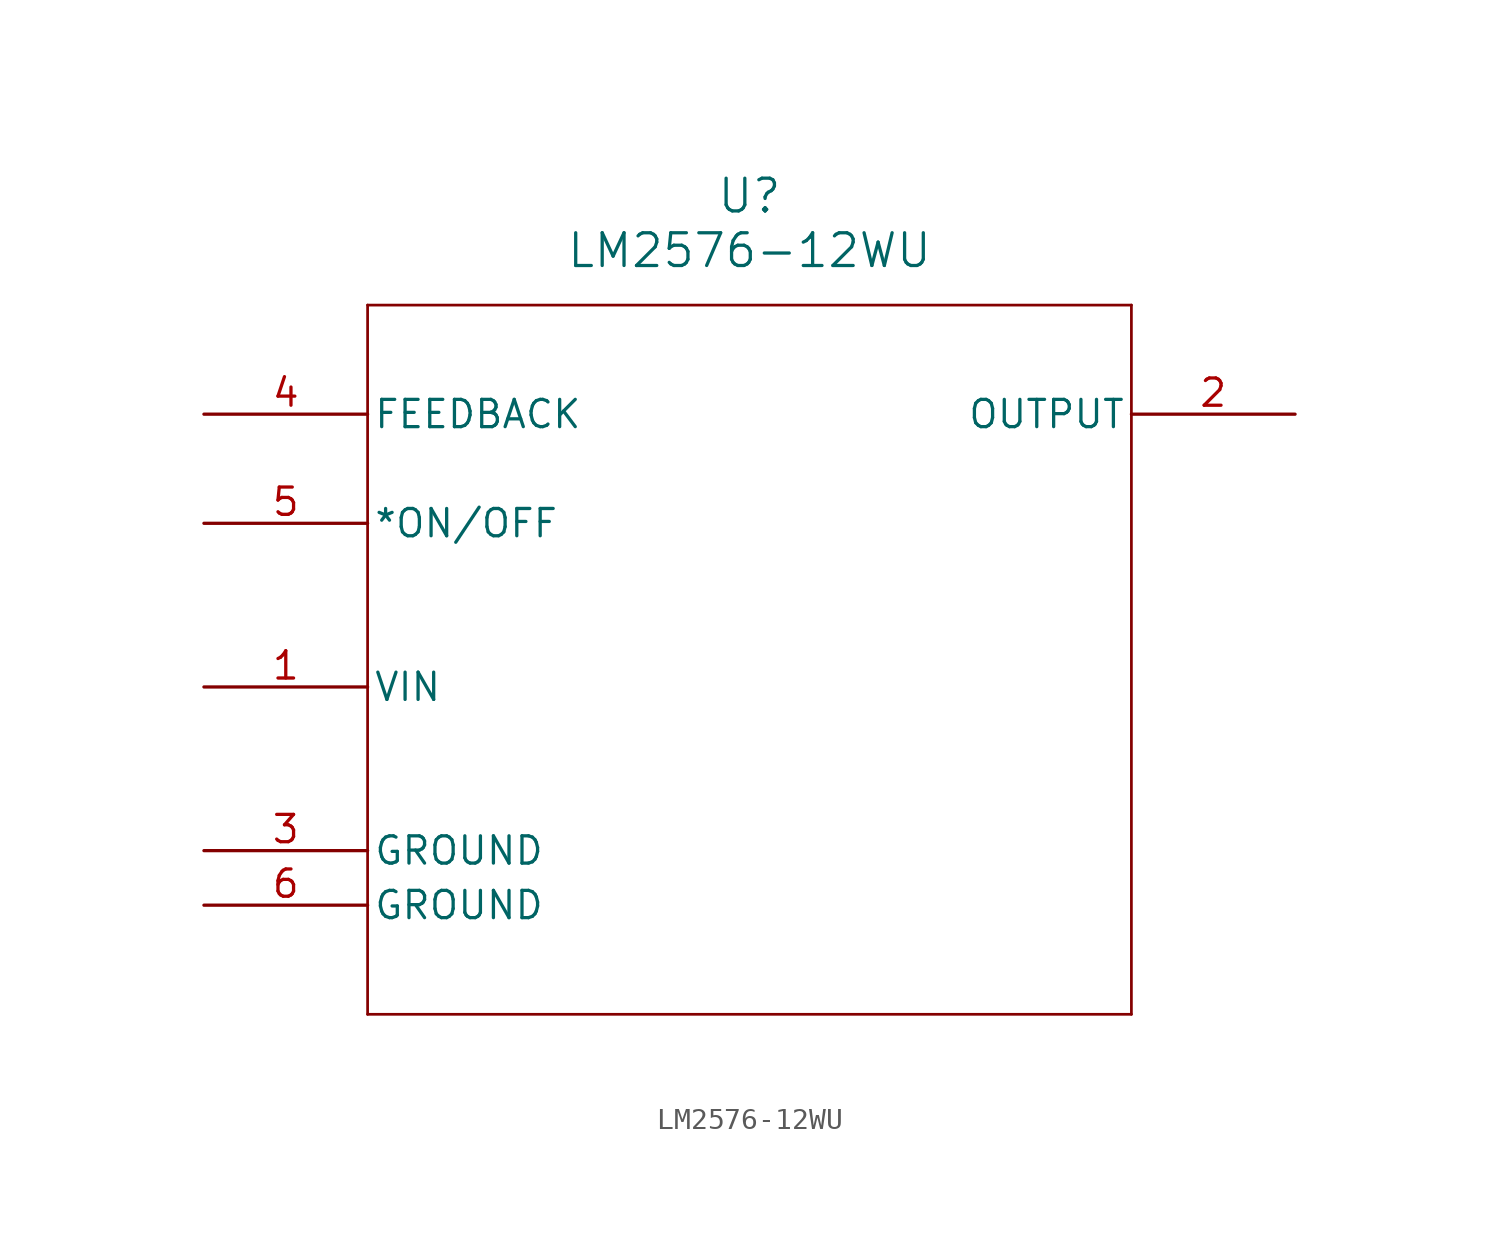
<source format=kicad_sym>
(kicad_symbol_lib
  (version 20211014)
  (generator kicad_symbol_editor)
  (symbol "LM2576-12WU"
    (pin_names
      (offset 0.254))
    (property "Reference" "U"
      (at 25.4 10.16 0)
      (effects (font (size 1.524 1.524))))
    (property "Value" "LM2576-12WU"
      (at 25.4 7.62 0)
      (effects (font (size 1.524 1.524))))
    (symbol "LM2576-12WU_0_1"
      (polyline (pts (xy 7.62 5.08) (xy 7.62 -27.94)) (stroke (width 0.127) (type default) (color 0 0 0 0)) (fill (type none)))
      (polyline (pts (xy 7.62 -27.94) (xy 43.18 -27.94)) (stroke (width 0.127) (type default) (color 0 0 0 0)) (fill (type none)))
      (polyline (pts (xy 43.18 -27.94) (xy 43.18 5.08)) (stroke (width 0.127) (type default) (color 0 0 0 0)) (fill (type none)))
      (polyline (pts (xy 43.18 5.08) (xy 7.62 5.08)) (stroke (width 0.127) (type default) (color 0 0 0 0)) (fill (type none)))
      (pin power_in line (at 0 -12.7 0) (length 7.62) (name "VIN" (effects (font (size 1.27 1.27)))) (number "1" (effects (font (size 1.27 1.27)))))
      (pin output line (at 50.8 0 180) (length 7.62) (name "OUTPUT" (effects (font (size 1.27 1.27)))) (number "2" (effects (font (size 1.27 1.27)))))
      (pin power_out line (at 0 -20.32 0) (length 7.62) (name "GROUND" (effects (font (size 1.27 1.27)))) (number "3" (effects (font (size 1.27 1.27)))))
      (pin input line (at 0 0 0) (length 7.62) (name "FEEDBACK" (effects (font (size 1.27 1.27)))) (number "4" (effects (font (size 1.27 1.27)))))
      (pin unspecified line (at 0 -5.08 0) (length 7.62) (name "*ON/OFF" (effects (font (size 1.27 1.27)))) (number "5" (effects (font (size 1.27 1.27)))))
      (pin power_out line (at 0 -22.86 0) (length 7.62) (name "GROUND" (effects (font (size 1.27 1.27)))) (number "6" (effects (font (size 1.27 1.27))))))))
</source>
